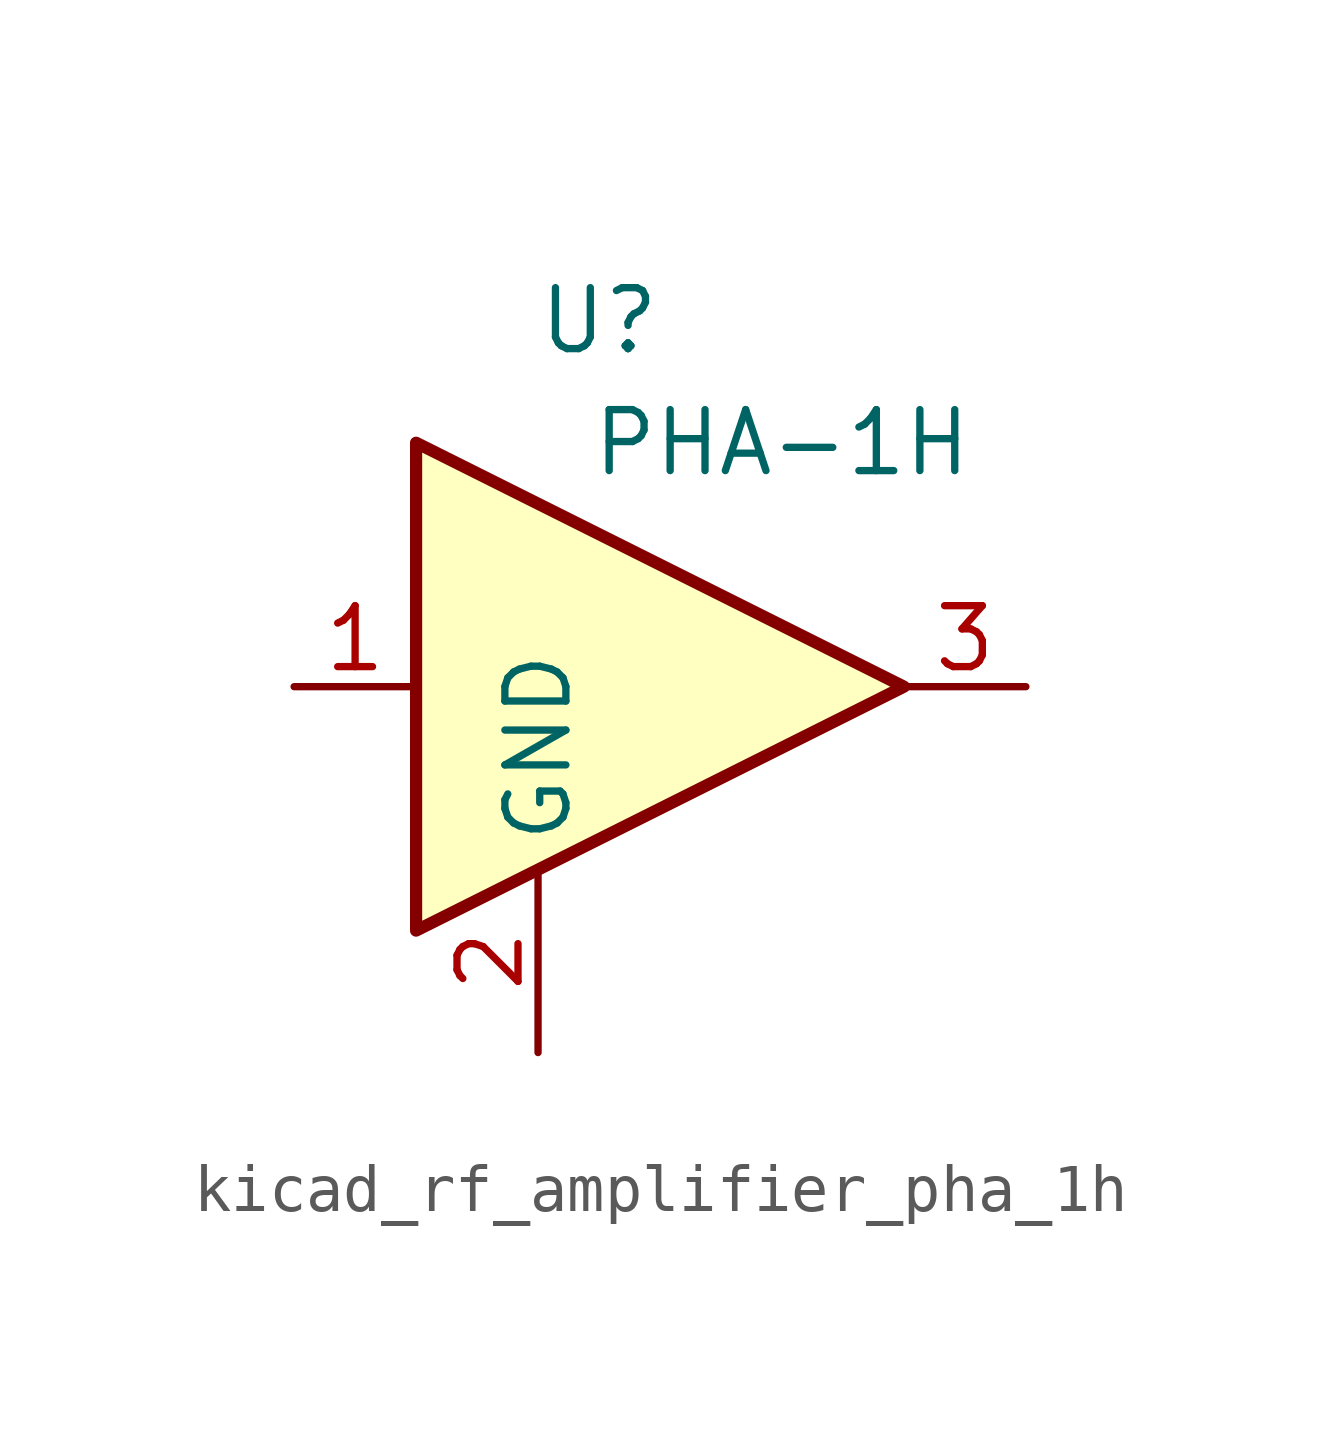
<source format=kicad_sym>
(kicad_symbol_lib
  (version 20220914)
  (generator kicad_symbol_editor)
  (symbol "kicad_rf_amplifier_pha_1h"
    (property "Reference" "U"
      (at -1.27 7.62 0)
      (effects (font (size 1.27 1.27))))
    (property "Value" "PHA-1H"
      (at 2.54 5.08 0)
      (effects (font (size 1.27 1.27))))
    (symbol "kicad_rf_amplifier_pha_1h_0_1"
      (polyline (pts (xy 5.08 0) (xy -5.08 5.08) (xy -5.08 -5.08) (xy 5.08 0)) (stroke (width 0.254) (type default)) (fill (type background))))
    (symbol "kicad_rf_amplifier_pha_1h_1_1"
      (pin input line (at -7.62 0 0) (length 2.54) (name "~" (effects (font (size 1.27 1.27)))) (number "1" (effects (font (size 1.27 1.27)))))
      (pin power_in line (at -2.54 -7.62 90) (length 3.81) (name "GND" (effects (font (size 1.27 1.27)))) (number "2" (effects (font (size 1.27 1.27)))))
      (pin output line (at 7.62 0 180) (length 2.54) (name "~" (effects (font (size 1.27 1.27)))) (number "3" (effects (font (size 1.27 1.27))))))))
</source>
